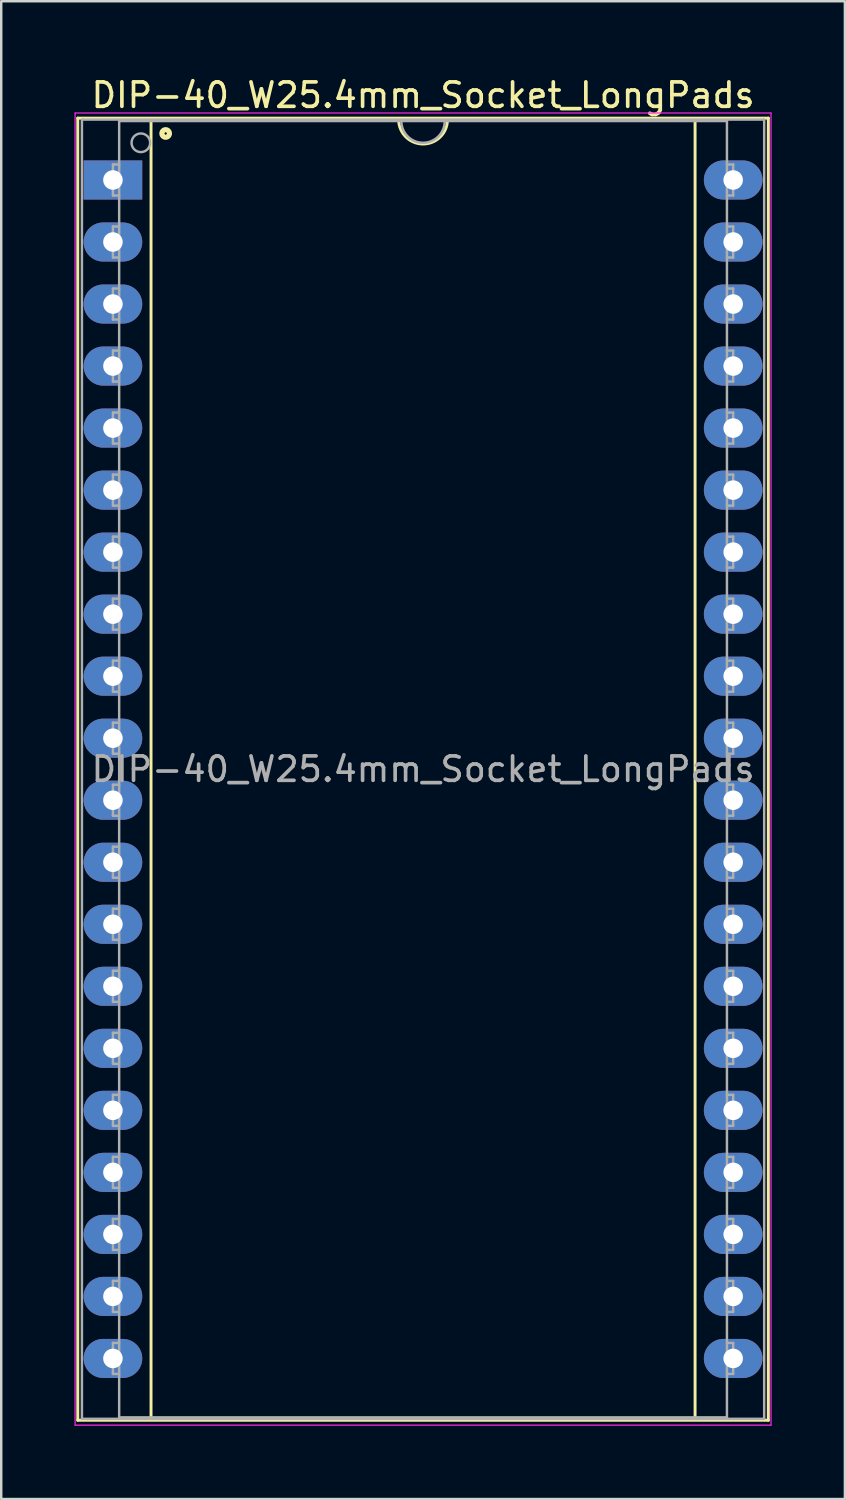
<source format=kicad_pcb>
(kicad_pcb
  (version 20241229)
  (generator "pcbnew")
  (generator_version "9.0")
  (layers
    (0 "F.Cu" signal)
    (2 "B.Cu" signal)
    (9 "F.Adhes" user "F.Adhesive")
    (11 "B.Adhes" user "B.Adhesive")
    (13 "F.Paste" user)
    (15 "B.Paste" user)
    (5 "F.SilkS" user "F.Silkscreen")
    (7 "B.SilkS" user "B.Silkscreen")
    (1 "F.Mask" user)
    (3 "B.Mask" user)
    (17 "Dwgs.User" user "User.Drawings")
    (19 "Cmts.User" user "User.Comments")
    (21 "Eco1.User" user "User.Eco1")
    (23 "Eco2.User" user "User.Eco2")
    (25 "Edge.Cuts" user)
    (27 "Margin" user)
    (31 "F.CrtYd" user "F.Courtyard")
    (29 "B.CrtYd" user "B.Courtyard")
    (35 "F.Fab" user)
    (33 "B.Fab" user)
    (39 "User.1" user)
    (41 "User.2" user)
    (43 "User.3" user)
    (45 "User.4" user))
  (footprint "DIP-40_W25.4mm_Socket_LongPads"
    (layer "F.Cu")
    (at 1.575 4.321)
    (property "Reference" "DIP-40_W25.4mm_Socket_LongPads" (at 12.7 -3.473 0) (layer "F.SilkS") (effects (font (size 1 1) (thickness 0.15))))
    (attr through_hole)
    (fp_line (start -1.44 -2.533) (end -1.44 50.793) (stroke (width 0.12) (type solid)) (layer "F.SilkS"))
    (fp_line (start -1.44 50.793) (end 26.84 50.793) (stroke (width 0.12) (type solid)) (layer "F.SilkS"))
    (fp_line (start 1.56 -2.473) (end 1.56 50.733) (stroke (width 0.12) (type solid)) (layer "F.SilkS"))
    (fp_line (start 1.56 50.733) (end 23.84 50.733) (stroke (width 0.12) (type solid)) (layer "F.SilkS"))
    (fp_line (start 11.7 -2.473) (end 1.56 -2.473) (stroke (width 0.12) (type solid)) (layer "F.SilkS"))
    (fp_line (start 23.84 -2.473) (end 13.7 -2.473) (stroke (width 0.12) (type solid)) (layer "F.SilkS"))
    (fp_line (start 23.84 50.733) (end 23.84 -2.473) (stroke (width 0.12) (type solid)) (layer "F.SilkS"))
    (fp_line (start 26.84 -2.533) (end -1.44 -2.533) (stroke (width 0.12) (type solid)) (layer "F.SilkS"))
    (fp_line (start 26.84 50.793) (end 26.84 -2.533) (stroke (width 0.12) (type solid)) (layer "F.SilkS"))
    (fp_arc (start 13.7 -2.473) (mid 12.7 -1.473) (end 11.7 -2.473) (stroke (width 0.12) (type solid)) (layer "F.SilkS"))
    (fp_circle (center 2.159 -1.905) (end 2.209 -1.905) (stroke (width 0.12) (type solid)) (fill no) (layer "F.SilkS"))
    (fp_circle (center 2.159 -1.905) (end 2.284 -1.905) (stroke (width 0.12) (type solid)) (fill no) (layer "F.SilkS"))
    (fp_circle (center 2.159 -1.905) (end 2.359 -1.905) (stroke (width 0.12) (type solid)) (fill no) (layer "F.SilkS"))
    (fp_line (start -1.55 -2.743) (end -1.55 50.993) (stroke (width 0.05) (type solid)) (layer "F.CrtYd"))
    (fp_line (start -1.55 50.993) (end 26.95 50.993) (stroke (width 0.05) (type solid)) (layer "F.CrtYd"))
    (fp_line (start 26.95 -2.743) (end -1.55 -2.743) (stroke (width 0.05) (type solid)) (layer "F.CrtYd"))
    (fp_line (start 26.95 50.993) (end 26.95 -2.743) (stroke (width 0.05) (type solid)) (layer "F.CrtYd"))
    (fp_line (start -1.27 -2.473) (end -1.27 50.733) (stroke (width 0.1) (type solid)) (layer "F.Fab"))
    (fp_line (start -1.27 50.733) (end 26.67 50.733) (stroke (width 0.1) (type solid)) (layer "F.Fab"))
    (fp_line (start 0 -0.635) (end 0 0.635) (stroke (width 0.1) (type solid)) (layer "F.Fab"))
    (fp_line (start 0 -0.635) (end 0.254 -0.635) (stroke (width 0.1) (type solid)) (layer "F.Fab"))
    (fp_line (start 0 0.635) (end 0.254 0.635) (stroke (width 0.1) (type solid)) (layer "F.Fab"))
    (fp_line (start 0 1.905) (end 0 3.175) (stroke (width 0.1) (type solid)) (layer "F.Fab"))
    (fp_line (start 0 1.905) (end 0.254 1.905) (stroke (width 0.1) (type solid)) (layer "F.Fab"))
    (fp_line (start 0 3.175) (end 0.254 3.175) (stroke (width 0.1) (type solid)) (layer "F.Fab"))
    (fp_line (start 0 4.445) (end 0 5.715) (stroke (width 0.1) (type solid)) (layer "F.Fab"))
    (fp_line (start 0 4.445) (end 0.254 4.445) (stroke (width 0.1) (type solid)) (layer "F.Fab"))
    (fp_line (start 0 5.715) (end 0.254 5.715) (stroke (width 0.1) (type solid)) (layer "F.Fab"))
    (fp_line (start 0 6.985) (end 0 8.255) (stroke (width 0.1) (type solid)) (layer "F.Fab"))
    (fp_line (start 0 6.985) (end 0.254 6.985) (stroke (width 0.1) (type solid)) (layer "F.Fab"))
    (fp_line (start 0 8.255) (end 0.254 8.255) (stroke (width 0.1) (type solid)) (layer "F.Fab"))
    (fp_line (start 0 9.525) (end 0 10.795) (stroke (width 0.1) (type solid)) (layer "F.Fab"))
    (fp_line (start 0 9.525) (end 0.254 9.525) (stroke (width 0.1) (type solid)) (layer "F.Fab"))
    (fp_line (start 0 10.795) (end 0.254 10.795) (stroke (width 0.1) (type solid)) (layer "F.Fab"))
    (fp_line (start 0 12.065) (end 0 13.335) (stroke (width 0.1) (type solid)) (layer "F.Fab"))
    (fp_line (start 0 12.065) (end 0.254 12.065) (stroke (width 0.1) (type solid)) (layer "F.Fab"))
    (fp_line (start 0 13.335) (end 0.254 13.335) (stroke (width 0.1) (type solid)) (layer "F.Fab"))
    (fp_line (start 0 14.605) (end 0 15.875) (stroke (width 0.1) (type solid)) (layer "F.Fab"))
    (fp_line (start 0 14.605) (end 0.254 14.605) (stroke (width 0.1) (type solid)) (layer "F.Fab"))
    (fp_line (start 0 15.875) (end 0.254 15.875) (stroke (width 0.1) (type solid)) (layer "F.Fab"))
    (fp_line (start 0 17.145) (end 0 18.415) (stroke (width 0.1) (type solid)) (layer "F.Fab"))
    (fp_line (start 0 17.145) (end 0.254 17.145) (stroke (width 0.1) (type solid)) (layer "F.Fab"))
    (fp_line (start 0 18.415) (end 0.254 18.415) (stroke (width 0.1) (type solid)) (layer "F.Fab"))
    (fp_line (start 0 19.685) (end 0 20.955) (stroke (width 0.1) (type solid)) (layer "F.Fab"))
    (fp_line (start 0 19.685) (end 0.254 19.685) (stroke (width 0.1) (type solid)) (layer "F.Fab"))
    (fp_line (start 0 20.955) (end 0.254 20.955) (stroke (width 0.1) (type solid)) (layer "F.Fab"))
    (fp_line (start 0 22.225) (end 0 23.495) (stroke (width 0.1) (type solid)) (layer "F.Fab"))
    (fp_line (start 0 22.225) (end 0.254 22.225) (stroke (width 0.1) (type solid)) (layer "F.Fab"))
    (fp_line (start 0 23.495) (end 0.254 23.495) (stroke (width 0.1) (type solid)) (layer "F.Fab"))
    (fp_line (start 0 24.765) (end 0 26.035) (stroke (width 0.1) (type solid)) (layer "F.Fab"))
    (fp_line (start 0 24.765) (end 0.254 24.765) (stroke (width 0.1) (type solid)) (layer "F.Fab"))
    (fp_line (start 0 26.035) (end 0.254 26.035) (stroke (width 0.1) (type solid)) (layer "F.Fab"))
    (fp_line (start 0 27.305) (end 0 28.575) (stroke (width 0.1) (type solid)) (layer "F.Fab"))
    (fp_line (start 0 27.305) (end 0.254 27.305) (stroke (width 0.1) (type solid)) (layer "F.Fab"))
    (fp_line (start 0 28.575) (end 0.254 28.575) (stroke (width 0.1) (type solid)) (layer "F.Fab"))
    (fp_line (start 0 29.845) (end 0 31.115) (stroke (width 0.1) (type solid)) (layer "F.Fab"))
    (fp_line (start 0 29.845) (end 0.254 29.845) (stroke (width 0.1) (type solid)) (layer "F.Fab"))
    (fp_line (start 0 31.115) (end 0.254 31.115) (stroke (width 0.1) (type solid)) (layer "F.Fab"))
    (fp_line (start 0 32.385) (end 0 33.655) (stroke (width 0.1) (type solid)) (layer "F.Fab"))
    (fp_line (start 0 32.385) (end 0.254 32.385) (stroke (width 0.1) (type solid)) (layer "F.Fab"))
    (fp_line (start 0 33.655) (end 0.254 33.655) (stroke (width 0.1) (type solid)) (layer "F.Fab"))
    (fp_line (start 0 34.925) (end 0 36.195) (stroke (width 0.1) (type solid)) (layer "F.Fab"))
    (fp_line (start 0 34.925) (end 0.254 34.925) (stroke (width 0.1) (type solid)) (layer "F.Fab"))
    (fp_line (start 0 36.195) (end 0.254 36.195) (stroke (width 0.1) (type solid)) (layer "F.Fab"))
    (fp_line (start 0 37.465) (end 0 38.735) (stroke (width 0.1) (type solid)) (layer "F.Fab"))
    (fp_line (start 0 37.465) (end 0.254 37.465) (stroke (width 0.1) (type solid)) (layer "F.Fab"))
    (fp_line (start 0 38.735) (end 0.254 38.735) (stroke (width 0.1) (type solid)) (layer "F.Fab"))
    (fp_line (start 0 40.005) (end 0 41.275) (stroke (width 0.1) (type solid)) (layer "F.Fab"))
    (fp_line (start 0 40.005) (end 0.254 40.005) (stroke (width 0.1) (type solid)) (layer "F.Fab"))
    (fp_line (start 0 41.275) (end 0.254 41.275) (stroke (width 0.1) (type solid)) (layer "F.Fab"))
    (fp_line (start 0 42.545) (end 0 43.815) (stroke (width 0.1) (type solid)) (layer "F.Fab"))
    (fp_line (start 0 42.545) (end 0.254 42.545) (stroke (width 0.1) (type solid)) (layer "F.Fab"))
    (fp_line (start 0 43.815) (end 0.254 43.815) (stroke (width 0.1) (type solid)) (layer "F.Fab"))
    (fp_line (start 0 45.085) (end 0 46.355) (stroke (width 0.1) (type solid)) (layer "F.Fab"))
    (fp_line (start 0 45.085) (end 0.254 45.085) (stroke (width 0.1) (type solid)) (layer "F.Fab"))
    (fp_line (start 0 46.355) (end 0.254 46.355) (stroke (width 0.1) (type solid)) (layer "F.Fab"))
    (fp_line (start 0 47.625) (end 0 48.895) (stroke (width 0.1) (type solid)) (layer "F.Fab"))
    (fp_line (start 0 47.625) (end 0.254 47.625) (stroke (width 0.1) (type solid)) (layer "F.Fab"))
    (fp_line (start 0 48.895) (end 0.254 48.895) (stroke (width 0.1) (type solid)) (layer "F.Fab"))
    (fp_line (start 0.255 -2.413) (end 25.145 -2.413) (stroke (width 0.1) (type solid)) (layer "F.Fab"))
    (fp_line (start 0.255 50.673) (end 0.255 -2.413) (stroke (width 0.1) (type solid)) (layer "F.Fab"))
    (fp_line (start 25.145 -2.413) (end 25.145 50.673) (stroke (width 0.1) (type solid)) (layer "F.Fab"))
    (fp_line (start 25.145 50.673) (end 0.255 50.673) (stroke (width 0.1) (type solid)) (layer "F.Fab"))
    (fp_line (start 25.4 -0.635) (end 25.146 -0.635) (stroke (width 0.1) (type solid)) (layer "F.Fab"))
    (fp_line (start 25.4 0.635) (end 25.146 0.635) (stroke (width 0.1) (type solid)) (layer "F.Fab"))
    (fp_line (start 25.4 0.635) (end 25.4 -0.635) (stroke (width 0.1) (type solid)) (layer "F.Fab"))
    (fp_line (start 25.4 1.905) (end 25.146 1.905) (stroke (width 0.1) (type solid)) (layer "F.Fab"))
    (fp_line (start 25.4 3.175) (end 25.146 3.175) (stroke (width 0.1) (type solid)) (layer "F.Fab"))
    (fp_line (start 25.4 3.175) (end 25.4 1.905) (stroke (width 0.1) (type solid)) (layer "F.Fab"))
    (fp_line (start 25.4 4.445) (end 25.146 4.445) (stroke (width 0.1) (type solid)) (layer "F.Fab"))
    (fp_line (start 25.4 5.715) (end 25.146 5.715) (stroke (width 0.1) (type solid)) (layer "F.Fab"))
    (fp_line (start 25.4 5.715) (end 25.4 4.445) (stroke (width 0.1) (type solid)) (layer "F.Fab"))
    (fp_line (start 25.4 6.985) (end 25.146 6.985) (stroke (width 0.1) (type solid)) (layer "F.Fab"))
    (fp_line (start 25.4 8.255) (end 25.146 8.255) (stroke (width 0.1) (type solid)) (layer "F.Fab"))
    (fp_line (start 25.4 8.255) (end 25.4 6.985) (stroke (width 0.1) (type solid)) (layer "F.Fab"))
    (fp_line (start 25.4 9.525) (end 25.146 9.525) (stroke (width 0.1) (type solid)) (layer "F.Fab"))
    (fp_line (start 25.4 10.795) (end 25.146 10.795) (stroke (width 0.1) (type solid)) (layer "F.Fab"))
    (fp_line (start 25.4 10.795) (end 25.4 9.525) (stroke (width 0.1) (type solid)) (layer "F.Fab"))
    (fp_line (start 25.4 12.065) (end 25.146 12.065) (stroke (width 0.1) (type solid)) (layer "F.Fab"))
    (fp_line (start 25.4 13.335) (end 25.146 13.335) (stroke (width 0.1) (type solid)) (layer "F.Fab"))
    (fp_line (start 25.4 13.335) (end 25.4 12.065) (stroke (width 0.1) (type solid)) (layer "F.Fab"))
    (fp_line (start 25.4 14.605) (end 25.146 14.605) (stroke (width 0.1) (type solid)) (layer "F.Fab"))
    (fp_line (start 25.4 15.875) (end 25.146 15.875) (stroke (width 0.1) (type solid)) (layer "F.Fab"))
    (fp_line (start 25.4 15.875) (end 25.4 14.605) (stroke (width 0.1) (type solid)) (layer "F.Fab"))
    (fp_line (start 25.4 17.145) (end 25.146 17.145) (stroke (width 0.1) (type solid)) (layer "F.Fab"))
    (fp_line (start 25.4 18.415) (end 25.146 18.415) (stroke (width 0.1) (type solid)) (layer "F.Fab"))
    (fp_line (start 25.4 18.415) (end 25.4 17.145) (stroke (width 0.1) (type solid)) (layer "F.Fab"))
    (fp_line (start 25.4 19.685) (end 25.146 19.685) (stroke (width 0.1) (type solid)) (layer "F.Fab"))
    (fp_line (start 25.4 20.955) (end 25.146 20.955) (stroke (width 0.1) (type solid)) (layer "F.Fab"))
    (fp_line (start 25.4 20.955) (end 25.4 19.685) (stroke (width 0.1) (type solid)) (layer "F.Fab"))
    (fp_line (start 25.4 22.225) (end 25.146 22.225) (stroke (width 0.1) (type solid)) (layer "F.Fab"))
    (fp_line (start 25.4 23.495) (end 25.146 23.495) (stroke (width 0.1) (type solid)) (layer "F.Fab"))
    (fp_line (start 25.4 23.495) (end 25.4 22.225) (stroke (width 0.1) (type solid)) (layer "F.Fab"))
    (fp_line (start 25.4 24.765) (end 25.146 24.765) (stroke (width 0.1) (type solid)) (layer "F.Fab"))
    (fp_line (start 25.4 26.035) (end 25.146 26.035) (stroke (width 0.1) (type solid)) (layer "F.Fab"))
    (fp_line (start 25.4 26.035) (end 25.4 24.765) (stroke (width 0.1) (type solid)) (layer "F.Fab"))
    (fp_line (start 25.4 27.305) (end 25.146 27.305) (stroke (width 0.1) (type solid)) (layer "F.Fab"))
    (fp_line (start 25.4 28.575) (end 25.146 28.575) (stroke (width 0.1) (type solid)) (layer "F.Fab"))
    (fp_line (start 25.4 28.575) (end 25.4 27.305) (stroke (width 0.1) (type solid)) (layer "F.Fab"))
    (fp_line (start 25.4 29.845) (end 25.146 29.845) (stroke (width 0.1) (type solid)) (layer "F.Fab"))
    (fp_line (start 25.4 31.115) (end 25.146 31.115) (stroke (width 0.1) (type solid)) (layer "F.Fab"))
    (fp_line (start 25.4 31.115) (end 25.4 29.845) (stroke (width 0.1) (type solid)) (layer "F.Fab"))
    (fp_line (start 25.4 32.385) (end 25.146 32.385) (stroke (width 0.1) (type solid)) (layer "F.Fab"))
    (fp_line (start 25.4 33.655) (end 25.146 33.655) (stroke (width 0.1) (type solid)) (layer "F.Fab"))
    (fp_line (start 25.4 33.655) (end 25.4 32.385) (stroke (width 0.1) (type solid)) (layer "F.Fab"))
    (fp_line (start 25.4 34.925) (end 25.146 34.925) (stroke (width 0.1) (type solid)) (layer "F.Fab"))
    (fp_line (start 25.4 36.195) (end 25.146 36.195) (stroke (width 0.1) (type solid)) (layer "F.Fab"))
    (fp_line (start 25.4 36.195) (end 25.4 34.925) (stroke (width 0.1) (type solid)) (layer "F.Fab"))
    (fp_line (start 25.4 37.465) (end 25.146 37.465) (stroke (width 0.1) (type solid)) (layer "F.Fab"))
    (fp_line (start 25.4 38.735) (end 25.146 38.735) (stroke (width 0.1) (type solid)) (layer "F.Fab"))
    (fp_line (start 25.4 38.735) (end 25.4 37.465) (stroke (width 0.1) (type solid)) (layer "F.Fab"))
    (fp_line (start 25.4 40.005) (end 25.146 40.005) (stroke (width 0.1) (type solid)) (layer "F.Fab"))
    (fp_line (start 25.4 41.275) (end 25.146 41.275) (stroke (width 0.1) (type solid)) (layer "F.Fab"))
    (fp_line (start 25.4 41.275) (end 25.4 40.005) (stroke (width 0.1) (type solid)) (layer "F.Fab"))
    (fp_line (start 25.4 42.545) (end 25.146 42.545) (stroke (width 0.1) (type solid)) (layer "F.Fab"))
    (fp_line (start 25.4 43.815) (end 25.146 43.815) (stroke (width 0.1) (type solid)) (layer "F.Fab"))
    (fp_line (start 25.4 43.815) (end 25.4 42.545) (stroke (width 0.1) (type solid)) (layer "F.Fab"))
    (fp_line (start 25.4 45.085) (end 25.146 45.085) (stroke (width 0.1) (type solid)) (layer "F.Fab"))
    (fp_line (start 25.4 46.355) (end 25.146 46.355) (stroke (width 0.1) (type solid)) (layer "F.Fab"))
    (fp_line (start 25.4 46.355) (end 25.4 45.085) (stroke (width 0.1) (type solid)) (layer "F.Fab"))
    (fp_line (start 25.4 47.625) (end 25.146 47.625) (stroke (width 0.1) (type solid)) (layer "F.Fab"))
    (fp_line (start 25.4 48.895) (end 25.146 48.895) (stroke (width 0.1) (type solid)) (layer "F.Fab"))
    (fp_line (start 25.4 48.895) (end 25.4 47.625) (stroke (width 0.1) (type solid)) (layer "F.Fab"))
    (fp_line (start 26.67 -2.473) (end -1.27 -2.473) (stroke (width 0.1) (type solid)) (layer "F.Fab"))
    (fp_line (start 26.67 50.733) (end 26.67 -2.473) (stroke (width 0.1) (type solid)) (layer "F.Fab"))
    (fp_arc (start 13.589 -2.413) (mid 12.7 -1.524) (end 11.811 -2.413) (stroke (width 0.1) (type solid)) (layer "F.Fab"))
    (fp_circle (center 1.143 -1.524) (end 1.524 -1.524) (stroke (width 0.1) (type solid)) (fill no) (layer "F.Fab"))
    (fp_text user "${REFERENCE}" (at 12.7 24.13 0) (layer "F.Fab") (effects (font (size 1 1) (thickness 0.15))))
    (pad "1" thru_hole rect (at 0 0) (size 2.4 1.6) (drill 0.8) (layers "*.Cu" "*.Mask"))
    (pad "2" thru_hole oval (at 0 2.54) (size 2.4 1.6) (drill 0.8) (layers "*.Cu" "*.Mask"))
    (pad "3" thru_hole oval (at 0 5.08) (size 2.4 1.6) (drill 0.8) (layers "*.Cu" "*.Mask"))
    (pad "4" thru_hole oval (at 0 7.62) (size 2.4 1.6) (drill 0.8) (layers "*.Cu" "*.Mask"))
    (pad "5" thru_hole oval (at 0 10.16) (size 2.4 1.6) (drill 0.8) (layers "*.Cu" "*.Mask"))
    (pad "6" thru_hole oval (at 0 12.7) (size 2.4 1.6) (drill 0.8) (layers "*.Cu" "*.Mask"))
    (pad "7" thru_hole oval (at 0 15.24) (size 2.4 1.6) (drill 0.8) (layers "*.Cu" "*.Mask"))
    (pad "8" thru_hole oval (at 0 17.78) (size 2.4 1.6) (drill 0.8) (layers "*.Cu" "*.Mask"))
    (pad "9" thru_hole oval (at 0 20.32) (size 2.4 1.6) (drill 0.8) (layers "*.Cu" "*.Mask"))
    (pad "10" thru_hole oval (at 0 22.86) (size 2.4 1.6) (drill 0.8) (layers "*.Cu" "*.Mask"))
    (pad "11" thru_hole oval (at 0 25.4) (size 2.4 1.6) (drill 0.8) (layers "*.Cu" "*.Mask"))
    (pad "12" thru_hole oval (at 0 27.94) (size 2.4 1.6) (drill 0.8) (layers "*.Cu" "*.Mask"))
    (pad "13" thru_hole oval (at 0 30.48) (size 2.4 1.6) (drill 0.8) (layers "*.Cu" "*.Mask"))
    (pad "14" thru_hole oval (at 0 33.02) (size 2.4 1.6) (drill 0.8) (layers "*.Cu" "*.Mask"))
    (pad "15" thru_hole oval (at 0 35.56) (size 2.4 1.6) (drill 0.8) (layers "*.Cu" "*.Mask"))
    (pad "16" thru_hole oval (at 0 38.1) (size 2.4 1.6) (drill 0.8) (layers "*.Cu" "*.Mask"))
    (pad "17" thru_hole oval (at 0 40.64) (size 2.4 1.6) (drill 0.8) (layers "*.Cu" "*.Mask"))
    (pad "18" thru_hole oval (at 0 43.18) (size 2.4 1.6) (drill 0.8) (layers "*.Cu" "*.Mask"))
    (pad "19" thru_hole oval (at 0 45.72) (size 2.4 1.6) (drill 0.8) (layers "*.Cu" "*.Mask"))
    (pad "20" thru_hole oval (at 0 48.26) (size 2.4 1.6) (drill 0.8) (layers "*.Cu" "*.Mask"))
    (pad "21" thru_hole oval (at 25.4 48.26) (size 2.4 1.6) (drill 0.8) (layers "*.Cu" "*.Mask"))
    (pad "22" thru_hole oval (at 25.4 45.72) (size 2.4 1.6) (drill 0.8) (layers "*.Cu" "*.Mask"))
    (pad "23" thru_hole oval (at 25.4 43.18) (size 2.4 1.6) (drill 0.8) (layers "*.Cu" "*.Mask"))
    (pad "24" thru_hole oval (at 25.4 40.64) (size 2.4 1.6) (drill 0.8) (layers "*.Cu" "*.Mask"))
    (pad "25" thru_hole oval (at 25.4 38.1) (size 2.4 1.6) (drill 0.8) (layers "*.Cu" "*.Mask"))
    (pad "26" thru_hole oval (at 25.4 35.56) (size 2.4 1.6) (drill 0.8) (layers "*.Cu" "*.Mask"))
    (pad "27" thru_hole oval (at 25.4 33.02) (size 2.4 1.6) (drill 0.8) (layers "*.Cu" "*.Mask"))
    (pad "28" thru_hole oval (at 25.4 30.48) (size 2.4 1.6) (drill 0.8) (layers "*.Cu" "*.Mask"))
    (pad "29" thru_hole oval (at 25.4 27.94) (size 2.4 1.6) (drill 0.8) (layers "*.Cu" "*.Mask"))
    (pad "30" thru_hole oval (at 25.4 25.4) (size 2.4 1.6) (drill 0.8) (layers "*.Cu" "*.Mask"))
    (pad "31" thru_hole oval (at 25.4 22.86) (size 2.4 1.6) (drill 0.8) (layers "*.Cu" "*.Mask"))
    (pad "32" thru_hole oval (at 25.4 20.32) (size 2.4 1.6) (drill 0.8) (layers "*.Cu" "*.Mask"))
    (pad "33" thru_hole oval (at 25.4 17.78) (size 2.4 1.6) (drill 0.8) (layers "*.Cu" "*.Mask"))
    (pad "34" thru_hole oval (at 25.4 15.24) (size 2.4 1.6) (drill 0.8) (layers "*.Cu" "*.Mask"))
    (pad "35" thru_hole oval (at 25.4 12.7) (size 2.4 1.6) (drill 0.8) (layers "*.Cu" "*.Mask"))
    (pad "36" thru_hole oval (at 25.4 10.16) (size 2.4 1.6) (drill 0.8) (layers "*.Cu" "*.Mask"))
    (pad "37" thru_hole oval (at 25.4 7.62) (size 2.4 1.6) (drill 0.8) (layers "*.Cu" "*.Mask"))
    (pad "38" thru_hole oval (at 25.4 5.08) (size 2.4 1.6) (drill 0.8) (layers "*.Cu" "*.Mask"))
    (pad "39" thru_hole oval (at 25.4 2.54) (size 2.4 1.6) (drill 0.8) (layers "*.Cu" "*.Mask"))
    (pad "40" thru_hole oval (at 25.4 0) (size 2.4 1.6) (drill 0.8) (layers "*.Cu" "*.Mask")))
  (gr_rect
    (start -3 -3)
    (end 31.55 58.339)
    (stroke (width 0.1) (type default))
    (fill no)
    (layer "Edge.Cuts")))
</source>
